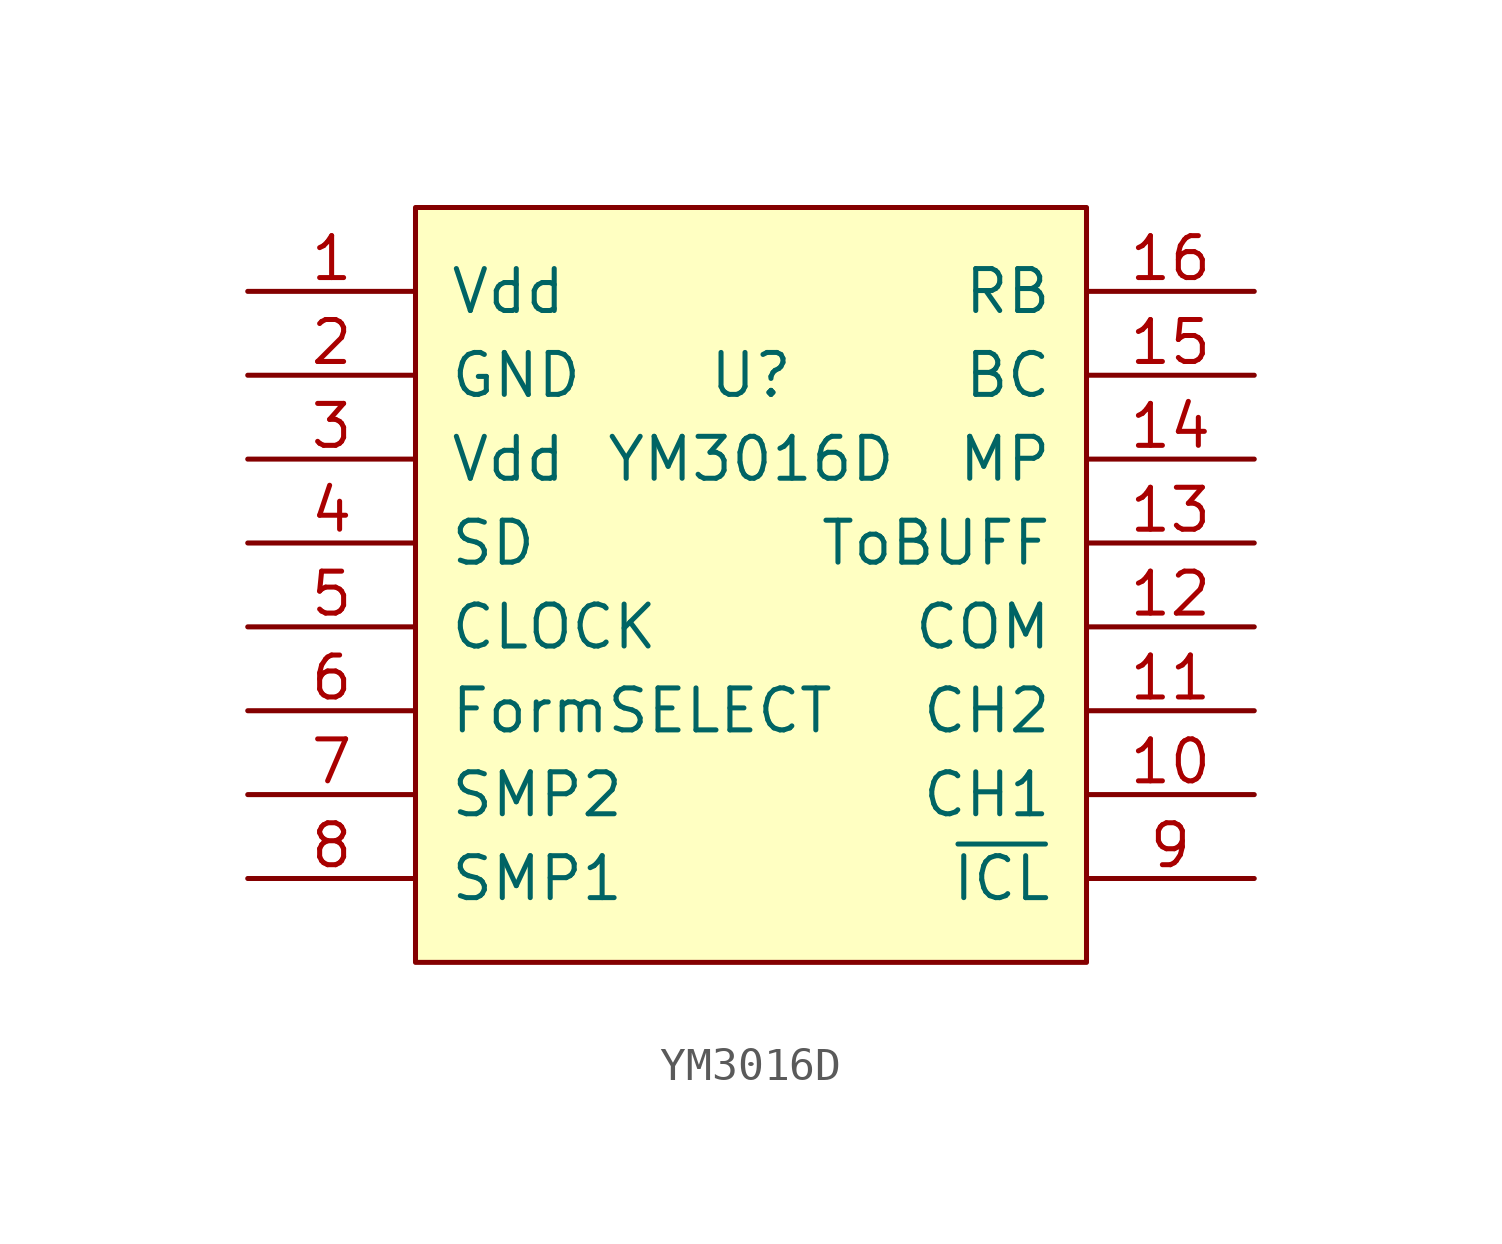
<source format=kicad_sym>
(kicad_symbol_lib
  (version 20211014)
  (generator kicad_symbol_editor)
  (symbol "YM3016D"
    (pin_names
      (offset 1.016))
    (property "Reference" "U"
      (at 0 5.08 0)
      (effects (font (size 1.27 1.27))))
    (property "Value" "YM3016D"
      (at 0 2.54 0)
      (effects (font (size 1.27 1.27))))
    (symbol "YM3016D_0_1"
      (rectangle (start -10.16 10.16) (end 10.16 -12.7) (stroke (width 0) (type default) (color 0 0 0 0)) (fill (type background))))
    (symbol "YM3016D_1_1"
      (pin power_in line (at -15.24 7.62 0) (length 5.08) (name "Vdd" (effects (font (size 1.27 1.27)))) (number "1" (effects (font (size 1.27 1.27)))))
      (pin output line (at 15.24 -7.62 180) (length 5.08) (name "CH1" (effects (font (size 1.27 1.27)))) (number "10" (effects (font (size 1.27 1.27)))))
      (pin output line (at 15.24 -5.08 180) (length 5.08) (name "CH2" (effects (font (size 1.27 1.27)))) (number "11" (effects (font (size 1.27 1.27)))))
      (pin input line (at 15.24 -2.54 180) (length 5.08) (name "COM" (effects (font (size 1.27 1.27)))) (number "12" (effects (font (size 1.27 1.27)))))
      (pin output line (at 15.24 0 180) (length 5.08) (name "ToBUFF" (effects (font (size 1.27 1.27)))) (number "13" (effects (font (size 1.27 1.27)))))
      (pin input line (at 15.24 2.54 180) (length 5.08) (name "MP" (effects (font (size 1.27 1.27)))) (number "14" (effects (font (size 1.27 1.27)))))
      (pin input line (at 15.24 5.08 180) (length 5.08) (name "BC" (effects (font (size 1.27 1.27)))) (number "15" (effects (font (size 1.27 1.27)))))
      (pin output line (at 15.24 7.62 180) (length 5.08) (name "RB" (effects (font (size 1.27 1.27)))) (number "16" (effects (font (size 1.27 1.27)))))
      (pin power_in line (at -15.24 5.08 0) (length 5.08) (name "GND" (effects (font (size 1.27 1.27)))) (number "2" (effects (font (size 1.27 1.27)))))
      (pin power_in line (at -15.24 2.54 0) (length 5.08) (name "Vdd" (effects (font (size 1.27 1.27)))) (number "3" (effects (font (size 1.27 1.27)))))
      (pin input line (at -15.24 0 0) (length 5.08) (name "SD" (effects (font (size 1.27 1.27)))) (number "4" (effects (font (size 1.27 1.27)))))
      (pin input line (at -15.24 -2.54 0) (length 5.08) (name "CLOCK" (effects (font (size 1.27 1.27)))) (number "5" (effects (font (size 1.27 1.27)))))
      (pin input line (at -15.24 -5.08 0) (length 5.08) (name "FormSELECT" (effects (font (size 1.27 1.27)))) (number "6" (effects (font (size 1.27 1.27)))))
      (pin input line (at -15.24 -7.62 0) (length 5.08) (name "SMP2" (effects (font (size 1.27 1.27)))) (number "7" (effects (font (size 1.27 1.27)))))
      (pin input line (at -15.24 -10.16 0) (length 5.08) (name "SMP1" (effects (font (size 1.27 1.27)))) (number "8" (effects (font (size 1.27 1.27)))))
      (pin input line (at 15.24 -10.16 180) (length 5.08) (name "~{ICL}" (effects (font (size 1.27 1.27)))) (number "9" (effects (font (size 1.27 1.27))))))))
</source>
